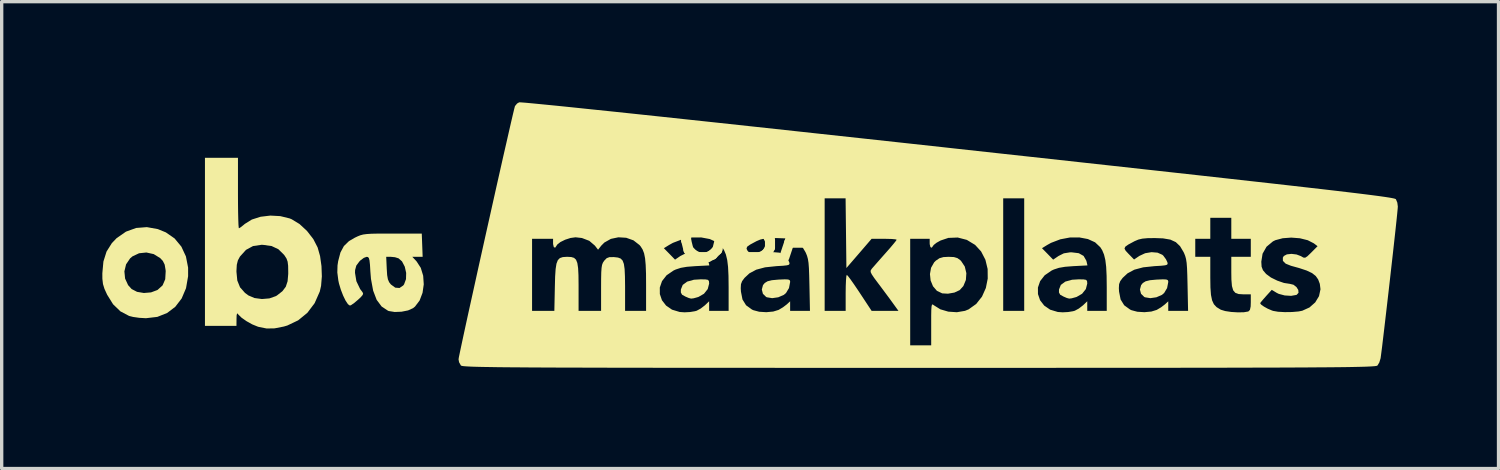
<source format=kicad_pcb>
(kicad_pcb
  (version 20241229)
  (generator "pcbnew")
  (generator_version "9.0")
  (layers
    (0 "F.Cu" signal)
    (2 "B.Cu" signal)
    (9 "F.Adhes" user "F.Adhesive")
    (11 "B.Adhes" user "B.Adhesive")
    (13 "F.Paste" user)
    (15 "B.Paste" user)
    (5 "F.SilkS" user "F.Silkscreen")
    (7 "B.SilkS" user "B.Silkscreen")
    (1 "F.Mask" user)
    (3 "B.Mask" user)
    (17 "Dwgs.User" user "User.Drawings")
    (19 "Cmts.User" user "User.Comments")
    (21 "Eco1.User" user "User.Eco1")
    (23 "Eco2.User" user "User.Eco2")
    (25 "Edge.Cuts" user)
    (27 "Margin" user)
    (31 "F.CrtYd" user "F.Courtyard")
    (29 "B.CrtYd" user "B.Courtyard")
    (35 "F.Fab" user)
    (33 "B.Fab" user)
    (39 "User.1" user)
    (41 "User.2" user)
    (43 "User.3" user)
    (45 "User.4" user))
  (footprint "OBA"
    (layer "F.Cu")
    (at 19.291 3.933)
    (property "Reference" "OBA" (at 0 0 0) (layer "F.SilkS") (effects (font (size 1.5 1.5) (thickness 0.3))))
    (attr board_only exclude_from_pos_files exclude_from_bom)
    (fp_poly (pts (xy -1.32 1.344) (xy -1.243 1.357) (xy -1.213 1.393) (xy -1.207 1.462) (xy -1.207 1.47) (xy -1.249 1.632) (xy -1.361 1.772) (xy -1.524 1.866) (xy -1.556 1.876) (xy -1.673 1.908) (xy -1.745 1.916) (xy -1.815 1.898) (xy -1.915 1.855) (xy -2.014 1.8) (xy -2.05 1.733) (xy -2.049 1.644) (xy -1.994 1.508) (xy -1.862 1.41) (xy -1.66 1.354) (xy -1.465 1.342)) (stroke (width 0) (type solid)) (fill yes) (layer "F.SilkS"))
    (fp_poly (pts (xy 1.145 1.346) (xy 1.192 1.364) (xy 1.207 1.402) (xy 1.207 1.423) (xy 1.173 1.601) (xy 1.084 1.75) (xy 1.019 1.805) (xy 0.853 1.877) (xy 0.672 1.903) (xy 0.515 1.877) (xy 0.492 1.867) (xy 0.396 1.773) (xy 0.363 1.646) (xy 0.398 1.515) (xy 0.449 1.452) (xy 0.533 1.4) (xy 0.662 1.368) (xy 0.856 1.35) (xy 0.876 1.349) (xy 1.046 1.342)) (stroke (width 0) (type solid)) (fill yes) (layer "F.SilkS"))
    (fp_poly (pts (xy 9.949 1.344) (xy 10.026 1.357) (xy 10.056 1.393) (xy 10.062 1.462) (xy 10.062 1.47) (xy 10.02 1.632) (xy 9.908 1.772) (xy 9.746 1.866) (xy 9.713 1.876) (xy 9.596 1.908) (xy 9.524 1.916) (xy 9.454 1.898) (xy 9.354 1.855) (xy 9.255 1.8) (xy 9.219 1.733) (xy 9.22 1.644) (xy 9.275 1.508) (xy 9.407 1.41) (xy 9.61 1.354) (xy 9.804 1.342)) (stroke (width 0) (type solid)) (fill yes) (layer "F.SilkS"))
    (fp_poly (pts (xy 12.414 1.346) (xy 12.461 1.364) (xy 12.476 1.402) (xy 12.476 1.423) (xy 12.442 1.601) (xy 12.353 1.75) (xy 12.288 1.805) (xy 12.122 1.877) (xy 11.941 1.903) (xy 11.784 1.877) (xy 11.761 1.867) (xy 11.665 1.773) (xy 11.632 1.646) (xy 11.667 1.515) (xy 11.718 1.452) (xy 11.802 1.4) (xy 11.931 1.368) (xy 12.125 1.35) (xy 12.145 1.349) (xy 12.315 1.342)) (stroke (width 0) (type solid)) (fill yes) (layer "F.SilkS"))
    (fp_poly (pts (xy 6.088 0.678) (xy 6.192 0.709) (xy 6.281 0.774) (xy 6.302 0.795) (xy 6.412 0.961) (xy 6.459 1.158) (xy 6.445 1.36) (xy 6.37 1.542) (xy 6.26 1.663) (xy 6.104 1.736) (xy 5.91 1.77) (xy 5.739 1.76) (xy 5.581 1.684) (xy 5.465 1.549) (xy 5.394 1.376) (xy 5.374 1.185) (xy 5.407 0.998) (xy 5.499 0.836) (xy 5.55 0.785) (xy 5.657 0.713) (xy 5.776 0.679) (xy 5.932 0.671)) (stroke (width 0) (type solid)) (fill yes) (layer "F.SilkS"))
    (fp_poly (pts (xy -17.637 -0.155) (xy -17.399 -0.058) (xy -17.137 0.124) (xy -16.936 0.367) (xy -16.8 0.659) (xy -16.735 0.993) (xy -16.735 1.249) (xy -16.797 1.606) (xy -16.927 1.912) (xy -17.117 2.16) (xy -17.36 2.345) (xy -17.652 2.461) (xy -17.986 2.5) (xy -17.999 2.5) (xy -18.19 2.489) (xy -18.373 2.463) (xy -18.493 2.433) (xy -18.753 2.296) (xy -18.971 2.085) (xy -19.148 1.8) (xy -19.228 1.625) (xy -19.272 1.482) (xy -19.29 1.326) (xy -19.291 1.165) (xy -19.286 1.105) (xy -18.634 1.105) (xy -18.613 1.319) (xy -18.523 1.515) (xy -18.418 1.631) (xy -18.256 1.715) (xy -18.053 1.749) (xy -17.84 1.731) (xy -17.652 1.661) (xy -17.641 1.654) (xy -17.495 1.521) (xy -17.417 1.34) (xy -17.403 1.102) (xy -17.406 1.064) (xy -17.433 0.904) (xy -17.488 0.793) (xy -17.567 0.709) (xy -17.76 0.59) (xy -17.978 0.542) (xy -18.197 0.565) (xy -18.394 0.658) (xy -18.463 0.717) (xy -18.584 0.896) (xy -18.634 1.105) (xy -19.286 1.105) (xy -19.259 0.811) (xy -19.166 0.515) (xy -19.007 0.262) (xy -18.864 0.113) (xy -18.587 -0.079) (xy -18.284 -0.189) (xy -17.964 -0.214)) (stroke (width 0) (type solid)) (fill yes) (layer "F.SilkS"))
    (fp_poly (pts (xy -15.249 -1.23) (xy -15.248 -0.934) (xy -15.245 -0.67) (xy -15.24 -0.451) (xy -15.234 -0.289) (xy -15.226 -0.196) (xy -15.221 -0.179) (xy -15.174 -0.206) (xy -15.087 -0.274) (xy -15.043 -0.311) (xy -14.836 -0.44) (xy -14.575 -0.523) (xy -14.284 -0.558) (xy -13.988 -0.542) (xy -13.71 -0.474) (xy -13.649 -0.449) (xy -13.415 -0.307) (xy -13.193 -0.102) (xy -13.003 0.143) (xy -12.875 0.391) (xy -12.802 0.649) (xy -12.76 0.948) (xy -12.749 1.254) (xy -12.772 1.536) (xy -12.811 1.706) (xy -12.964 2.052) (xy -13.181 2.34) (xy -13.455 2.564) (xy -13.778 2.718) (xy -13.883 2.749) (xy -14.158 2.803) (xy -14.394 2.807) (xy -14.626 2.761) (xy -14.66 2.751) (xy -14.824 2.684) (xy -14.994 2.589) (xy -15.142 2.485) (xy -15.239 2.39) (xy -15.25 2.374) (xy -15.275 2.356) (xy -15.289 2.416) (xy -15.292 2.515) (xy -15.294 2.728) (xy -15.763 2.728) (xy -16.233 2.728) (xy -16.233 1.118) (xy -15.294 1.118) (xy -15.269 1.377) (xy -15.187 1.58) (xy -15.039 1.747) (xy -14.939 1.821) (xy -14.757 1.899) (xy -14.535 1.929) (xy -14.311 1.91) (xy -14.119 1.842) (xy -14.086 1.822) (xy -13.925 1.696) (xy -13.824 1.563) (xy -13.77 1.4) (xy -13.751 1.181) (xy -13.751 1.122) (xy -13.754 0.939) (xy -13.769 0.815) (xy -13.803 0.721) (xy -13.863 0.628) (xy -13.88 0.607) (xy -14.045 0.444) (xy -14.248 0.349) (xy -14.506 0.314) (xy -14.548 0.313) (xy -14.8 0.35) (xy -15.01 0.464) (xy -15.187 0.66) (xy -15.192 0.667) (xy -15.252 0.779) (xy -15.284 0.909) (xy -15.294 1.089) (xy -15.294 1.118) (xy -16.233 1.118) (xy -16.233 0.224) (xy -16.233 -2.281) (xy -15.741 -2.281) (xy -15.249 -2.281)) (stroke (width 0) (type solid)) (fill yes) (layer "F.SilkS"))
    (fp_poly (pts (xy -9.758 0.324) (xy -9.745 0.671) (xy -9.899 0.671) (xy -10.053 0.671) (xy -9.929 0.803) (xy -9.801 0.999) (xy -9.729 1.235) (xy -9.712 1.491) (xy -9.748 1.743) (xy -9.835 1.972) (xy -9.973 2.154) (xy -10.031 2.201) (xy -10.179 2.268) (xy -10.375 2.307) (xy -10.578 2.315) (xy -10.751 2.287) (xy -10.777 2.278) (xy -10.967 2.152) (xy -11.115 1.954) (xy -11.22 1.68) (xy -11.285 1.329) (xy -11.303 1.107) (xy -11.315 0.906) (xy -11.329 0.778) (xy -11.348 0.707) (xy -11.377 0.677) (xy -11.414 0.671) (xy -10.831 0.671) (xy -10.815 1.025) (xy -10.803 1.215) (xy -10.781 1.34) (xy -10.744 1.427) (xy -10.691 1.495) (xy -10.561 1.59) (xy -10.435 1.6) (xy -10.325 1.526) (xy -10.299 1.492) (xy -10.241 1.336) (xy -10.236 1.15) (xy -10.278 0.964) (xy -10.36 0.807) (xy -10.462 0.717) (xy -10.569 0.683) (xy -10.689 0.671) (xy -10.831 0.671) (xy -11.414 0.671) (xy -11.498 0.702) (xy -11.601 0.779) (xy -11.631 0.81) (xy -11.722 0.932) (xy -11.758 1.065) (xy -11.761 1.147) (xy -11.72 1.398) (xy -11.608 1.632) (xy -11.55 1.707) (xy -11.52 1.756) (xy -11.531 1.806) (xy -11.594 1.879) (xy -11.674 1.953) (xy -11.786 2.047) (xy -11.875 2.109) (xy -11.913 2.124) (xy -11.97 2.084) (xy -12.041 1.978) (xy -12.115 1.826) (xy -12.184 1.648) (xy -12.239 1.464) (xy -12.258 1.373) (xy -12.288 1.137) (xy -12.282 0.928) (xy -12.263 0.801) (xy -12.195 0.542) (xy -12.092 0.35) (xy -11.941 0.203) (xy -11.77 0.103) (xy -11.68 0.06) (xy -11.6 0.028) (xy -11.515 0.006) (xy -11.41 -0.008) (xy -11.27 -0.017) (xy -11.079 -0.021) (xy -10.822 -0.022) (xy -10.643 -0.022) (xy -9.771 -0.022)) (stroke (width 0) (type solid)) (fill yes) (layer "F.SilkS"))
    (fp_poly (pts (xy -6.816 -3.932) (xy -6.675 -3.921) (xy -6.45 -3.9) (xy -6.142 -3.87) (xy -5.753 -3.832) (xy -5.285 -3.784) (xy -4.741 -3.727) (xy -4.122 -3.663) (xy -3.43 -3.59) (xy -2.667 -3.509) (xy -1.836 -3.42) (xy -0.938 -3.324) (xy 0.025 -3.22) (xy 1.05 -3.109) (xy 2.136 -2.991) (xy 3.28 -2.867) (xy 4.481 -2.736) (xy 5.737 -2.599) (xy 6.214 -2.546) (xy 7.502 -2.405) (xy 8.703 -2.274) (xy 9.821 -2.151) (xy 10.859 -2.037) (xy 11.82 -1.931) (xy 12.707 -1.833) (xy 13.521 -1.743) (xy 14.267 -1.66) (xy 14.948 -1.584) (xy 15.565 -1.515) (xy 16.123 -1.452) (xy 16.623 -1.395) (xy 17.07 -1.344) (xy 17.465 -1.298) (xy 17.812 -1.257) (xy 18.113 -1.221) (xy 18.372 -1.189) (xy 18.591 -1.161) (xy 18.773 -1.137) (xy 18.921 -1.116) (xy 19.039 -1.098) (xy 19.128 -1.083) (xy 19.192 -1.07) (xy 19.234 -1.059) (xy 19.256 -1.049) (xy 19.261 -1.045) (xy 19.303 -0.944) (xy 19.318 -0.827) (xy 19.313 -0.758) (xy 19.299 -0.612) (xy 19.277 -0.398) (xy 19.248 -0.127) (xy 19.213 0.19) (xy 19.174 0.542) (xy 19.131 0.92) (xy 19.087 1.311) (xy 19.042 1.706) (xy 18.997 2.094) (xy 18.954 2.464) (xy 18.914 2.805) (xy 18.878 3.108) (xy 18.848 3.36) (xy 18.823 3.553) (xy 18.807 3.674) (xy 18.803 3.699) (xy 18.765 3.822) (xy 18.71 3.911) (xy 18.697 3.918) (xy 18.669 3.924) (xy 18.624 3.93) (xy 18.558 3.935) (xy 18.47 3.94) (xy 18.355 3.945) (xy 18.211 3.949) (xy 18.035 3.953) (xy 17.825 3.957) (xy 17.576 3.96) (xy 17.287 3.963) (xy 16.954 3.965) (xy 16.575 3.968) (xy 16.147 3.97) (xy 15.666 3.972) (xy 15.13 3.973) (xy 14.536 3.975) (xy 13.881 3.976) (xy 13.162 3.977) (xy 12.376 3.978) (xy 11.521 3.978) (xy 10.592 3.979) (xy 9.589 3.979) (xy 8.507 3.98) (xy 7.343 3.98) (xy 6.095 3.98) (xy 5.053 3.98) (xy 3.739 3.98) (xy 2.512 3.98) (xy 1.368 3.98) (xy 0.305 3.979) (xy -0.68 3.979) (xy -1.591 3.978) (xy -2.429 3.978) (xy -3.199 3.977) (xy -3.903 3.976) (xy -4.543 3.975) (xy -5.123 3.973) (xy -5.646 3.972) (xy -6.115 3.97) (xy -6.532 3.968) (xy -6.901 3.965) (xy -7.224 3.963) (xy -7.504 3.96) (xy -7.745 3.956) (xy -7.949 3.953) (xy -8.119 3.949) (xy -8.257 3.945) (xy -8.368 3.94) (xy -8.454 3.935) (xy -8.517 3.93) (xy -8.562 3.924) (xy -8.59 3.917) (xy -8.604 3.911) (xy -8.605 3.91) (xy -8.66 3.811) (xy -8.675 3.726) (xy -8.666 3.668) (xy -8.638 3.532) (xy -8.594 3.324) (xy -8.536 3.052) (xy -8.465 2.724) (xy -8.383 2.348) (xy -8.291 1.932) (xy -8.192 1.484) (xy -8.088 1.011) (xy -7.979 0.521) (xy -7.893 0.134) (xy -6.484 0.134) (xy -6.484 1.207) (xy -6.484 2.281) (xy -6.152 2.281) (xy -5.82 2.281) (xy -5.805 1.57) (xy -5.797 1.264) (xy -5.782 1.037) (xy -5.757 0.876) (xy -5.716 0.77) (xy -5.655 0.708) (xy -5.568 0.679) (xy -5.452 0.671) (xy -5.429 0.671) (xy -5.317 0.677) (xy -5.233 0.702) (xy -5.174 0.757) (xy -5.135 0.855) (xy -5.112 1.005) (xy -5.101 1.22) (xy -5.098 1.512) (xy -5.098 1.575) (xy -5.098 2.281) (xy -4.763 2.281) (xy -4.427 2.281) (xy -4.427 1.594) (xy -4.426 1.328) (xy -4.422 1.137) (xy -4.413 1.003) (xy -4.398 0.912) (xy -4.374 0.848) (xy -4.339 0.795) (xy -4.333 0.786) (xy -4.26 0.711) (xy -4.177 0.68) (xy -4.045 0.679) (xy -4.032 0.68) (xy -3.923 0.693) (xy -3.843 0.723) (xy -3.786 0.782) (xy -3.748 0.883) (xy -3.726 1.035) (xy -3.716 1.252) (xy -3.712 1.545) (xy -3.712 1.599) (xy -3.712 2.281) (xy -3.399 2.281) (xy -3.086 2.281) (xy -3.086 1.586) (xy -2.677 1.586) (xy -2.676 1.781) (xy -2.613 1.965) (xy -2.49 2.124) (xy -2.313 2.246) (xy -2.084 2.315) (xy -1.938 2.325) (xy -1.775 2.316) (xy -1.63 2.292) (xy -1.579 2.278) (xy -1.459 2.213) (xy -1.338 2.12) (xy -1.33 2.113) (xy -1.207 1.996) (xy -1.207 2.138) (xy -1.207 2.281) (xy -0.917 2.281) (xy -0.626 2.281) (xy -0.626 1.606) (xy -0.265 1.606) (xy -0.259 1.708) (xy -0.213 1.942) (xy -0.106 2.115) (xy 0.069 2.242) (xy 0.112 2.262) (xy 0.285 2.308) (xy 0.496 2.321) (xy 0.703 2.302) (xy 0.863 2.253) (xy 0.994 2.175) (xy 1.107 2.089) (xy 1.207 1.997) (xy 1.207 2.139) (xy 1.207 2.281) (xy 1.502 2.281) (xy 1.798 2.281) (xy 1.782 1.509) (xy 1.775 1.222) (xy 1.767 1.009) (xy 1.755 0.852) (xy 1.737 0.736) (xy 1.712 0.644) (xy 1.696 0.604) (xy 2.236 0.604) (xy 2.236 2.281) (xy 2.549 2.281) (xy 2.862 2.281) (xy 2.862 1.744) (xy 2.865 1.537) (xy 2.872 1.367) (xy 2.882 1.252) (xy 2.895 1.208) (xy 2.896 1.208) (xy 2.931 1.244) (xy 3.005 1.341) (xy 3.108 1.487) (xy 3.231 1.668) (xy 3.282 1.745) (xy 3.635 2.281) (xy 4.035 2.281) (xy 4.435 2.281) (xy 4.265 2.046) (xy 4.159 1.9) (xy 4.022 1.716) (xy 3.88 1.525) (xy 3.832 1.462) (xy 3.712 1.301) (xy 3.64 1.194) (xy 3.607 1.125) (xy 3.608 1.077) (xy 3.636 1.033) (xy 3.651 1.014) (xy 3.715 0.941) (xy 3.821 0.82) (xy 3.954 0.669) (xy 4.058 0.552) (xy 4.189 0.403) (xy 4.295 0.277) (xy 4.363 0.192) (xy 4.382 0.161) (xy 4.341 0.149) (xy 4.231 0.139) (xy 4.073 0.135) (xy 4.009 0.134) (xy 4.785 0.134) (xy 4.785 1.722) (xy 4.785 3.309) (xy 5.098 3.309) (xy 5.411 3.309) (xy 5.411 2.676) (xy 5.411 2.428) (xy 5.414 2.257) (xy 5.421 2.152) (xy 5.434 2.1) (xy 5.453 2.089) (xy 5.482 2.108) (xy 5.491 2.115) (xy 5.683 2.235) (xy 5.921 2.305) (xy 6.176 2.322) (xy 6.418 2.281) (xy 6.526 2.237) (xy 6.753 2.075) (xy 6.925 1.857) (xy 7.04 1.6) (xy 7.096 1.32) (xy 7.093 1.034) (xy 7.027 0.759) (xy 6.947 0.604) (xy 7.557 0.604) (xy 7.557 2.281) (xy 7.87 2.281) (xy 8.183 2.281) (xy 8.183 1.586) (xy 8.592 1.586) (xy 8.593 1.781) (xy 8.656 1.965) (xy 8.779 2.124) (xy 8.956 2.246) (xy 9.185 2.315) (xy 9.331 2.325) (xy 9.494 2.316) (xy 9.639 2.292) (xy 9.69 2.278) (xy 9.81 2.213) (xy 9.931 2.12) (xy 9.939 2.113) (xy 10.062 1.996) (xy 10.062 2.138) (xy 10.062 2.281) (xy 10.352 2.281) (xy 10.643 2.281) (xy 10.643 1.606) (xy 11.004 1.606) (xy 11.01 1.708) (xy 11.056 1.942) (xy 11.163 2.115) (xy 11.338 2.242) (xy 11.381 2.262) (xy 11.554 2.308) (xy 11.765 2.321) (xy 11.972 2.302) (xy 12.132 2.253) (xy 12.263 2.175) (xy 12.376 2.089) (xy 12.476 1.997) (xy 12.476 2.139) (xy 12.476 2.281) (xy 12.772 2.281) (xy 13.067 2.281) (xy 13.051 1.509) (xy 13.044 1.222) (xy 13.036 1.009) (xy 13.024 0.852) (xy 13.006 0.736) (xy 12.981 0.644) (xy 12.947 0.559) (xy 12.931 0.527) (xy 12.827 0.353) (xy 12.701 0.233) (xy 12.538 0.158) (xy 12.397 0.134) (xy 13.281 0.134) (xy 13.281 0.402) (xy 13.281 0.671) (xy 13.505 0.671) (xy 13.729 0.671) (xy 13.729 1.286) (xy 13.733 1.583) (xy 13.749 1.805) (xy 13.782 1.967) (xy 13.836 2.084) (xy 13.916 2.17) (xy 14.028 2.239) (xy 14.047 2.249) (xy 14.173 2.287) (xy 14.352 2.314) (xy 14.548 2.326) (xy 14.728 2.323) (xy 14.858 2.301) (xy 14.865 2.298) (xy 14.91 2.253) (xy 14.932 2.15) (xy 14.935 2.053) (xy 15.215 2.053) (xy 15.242 2.093) (xy 15.326 2.153) (xy 15.441 2.217) (xy 15.563 2.269) (xy 15.6 2.282) (xy 15.748 2.308) (xy 15.949 2.319) (xy 16.166 2.316) (xy 16.362 2.299) (xy 16.469 2.278) (xy 16.685 2.18) (xy 16.856 2.029) (xy 16.969 1.843) (xy 17.013 1.638) (xy 16.993 1.477) (xy 16.944 1.346) (xy 16.871 1.242) (xy 16.762 1.156) (xy 16.602 1.08) (xy 16.379 1.006) (xy 16.133 0.938) (xy 15.976 0.875) (xy 15.893 0.792) (xy 15.891 0.696) (xy 15.921 0.646) (xy 16.011 0.598) (xy 16.148 0.583) (xy 16.299 0.601) (xy 16.429 0.65) (xy 16.439 0.656) (xy 16.505 0.694) (xy 16.558 0.697) (xy 16.622 0.655) (xy 16.721 0.56) (xy 16.739 0.542) (xy 16.926 0.354) (xy 16.814 0.269) (xy 16.633 0.176) (xy 16.399 0.118) (xy 16.141 0.098) (xy 15.888 0.117) (xy 15.669 0.175) (xy 15.596 0.211) (xy 15.405 0.37) (xy 15.287 0.578) (xy 15.249 0.816) (xy 15.258 0.965) (xy 15.298 1.07) (xy 15.387 1.175) (xy 15.397 1.185) (xy 15.537 1.288) (xy 15.726 1.381) (xy 15.926 1.45) (xy 16.097 1.476) (xy 16.208 1.503) (xy 16.297 1.572) (xy 16.351 1.659) (xy 16.358 1.744) (xy 16.303 1.803) (xy 16.296 1.806) (xy 16.137 1.834) (xy 15.947 1.822) (xy 15.769 1.775) (xy 15.707 1.744) (xy 15.561 1.655) (xy 15.394 1.839) (xy 15.3 1.946) (xy 15.234 2.025) (xy 15.215 2.053) (xy 14.935 2.053) (xy 14.936 2.03) (xy 14.936 1.789) (xy 14.715 1.789) (xy 14.574 1.78) (xy 14.475 1.744) (xy 14.411 1.669) (xy 14.374 1.541) (xy 14.358 1.348) (xy 14.355 1.13) (xy 14.355 0.671) (xy 14.645 0.671) (xy 14.936 0.671) (xy 14.936 0.402) (xy 14.936 0.134) (xy 14.645 0.134) (xy 14.355 0.134) (xy 14.355 -0.179) (xy 14.355 -0.492) (xy 14.042 -0.492) (xy 13.729 -0.492) (xy 13.729 -0.179) (xy 13.729 0.134) (xy 13.505 0.134) (xy 13.281 0.134) (xy 12.397 0.134) (xy 12.32 0.121) (xy 12.074 0.112) (xy 11.858 0.115) (xy 11.704 0.129) (xy 11.585 0.157) (xy 11.474 0.204) (xy 11.448 0.218) (xy 11.286 0.305) (xy 11.197 0.368) (xy 11.172 0.424) (xy 11.206 0.489) (xy 11.29 0.58) (xy 11.294 0.584) (xy 11.457 0.751) (xy 11.615 0.644) (xy 11.787 0.564) (xy 11.977 0.532) (xy 12.157 0.547) (xy 12.299 0.61) (xy 12.329 0.637) (xy 12.407 0.743) (xy 12.45 0.832) (xy 12.458 0.877) (xy 12.441 0.906) (xy 12.382 0.924) (xy 12.266 0.937) (xy 12.077 0.948) (xy 12.063 0.949) (xy 11.73 0.984) (xy 11.467 1.054) (xy 11.263 1.163) (xy 11.117 1.299) (xy 11.045 1.396) (xy 11.011 1.486) (xy 11.004 1.606) (xy 10.643 1.606) (xy 10.643 1.576) (xy 10.639 1.236) (xy 10.626 0.97) (xy 10.601 0.765) (xy 10.562 0.604) (xy 10.508 0.475) (xy 10.452 0.386) (xy 10.296 0.239) (xy 10.081 0.141) (xy 9.825 0.093) (xy 9.545 0.095) (xy 9.259 0.149) (xy 8.982 0.255) (xy 8.867 0.319) (xy 8.713 0.414) (xy 8.88 0.584) (xy 9.046 0.755) (xy 9.206 0.646) (xy 9.363 0.567) (xy 9.545 0.538) (xy 9.598 0.537) (xy 9.809 0.563) (xy 9.953 0.644) (xy 10.033 0.783) (xy 10.041 0.81) (xy 10.068 0.927) (xy 9.644 0.949) (xy 9.401 0.968) (xy 9.219 0.999) (xy 9.069 1.048) (xy 9.003 1.078) (xy 8.794 1.221) (xy 8.658 1.395) (xy 8.592 1.586) (xy 8.183 1.586) (xy 8.183 0.604) (xy 8.183 -1.073) (xy 7.87 -1.073) (xy 7.557 -1.073) (xy 7.557 0.604) (xy 6.947 0.604) (xy 6.898 0.51) (xy 6.72 0.316) (xy 6.473 0.166) (xy 6.202 0.096) (xy 5.923 0.107) (xy 5.69 0.185) (xy 5.57 0.252) (xy 5.487 0.317) (xy 5.47 0.341) (xy 5.427 0.4) (xy 5.388 0.381) (xy 5.367 0.294) (xy 5.366 0.268) (xy 5.366 0.134) (xy 5.076 0.134) (xy 4.785 0.134) (xy 4.009 0.134) (xy 3.635 0.134) (xy 3.26 0.57) (xy 2.884 1.005) (xy 2.872 -0.034) (xy 2.86 -1.073) (xy 2.548 -1.073) (xy 2.236 -1.073) (xy 2.236 0.604) (xy 1.696 0.604) (xy 1.678 0.559) (xy 1.662 0.527) (xy 1.558 0.353) (xy 1.432 0.233) (xy 1.269 0.158) (xy 1.051 0.121) (xy 0.805 0.112) (xy 0.589 0.115) (xy 0.435 0.129) (xy 0.316 0.157) (xy 0.205 0.204) (xy 0.179 0.218) (xy 0.017 0.305) (xy -0.072 0.368) (xy -0.097 0.424) (xy -0.063 0.489) (xy 0.021 0.58) (xy 0.025 0.584) (xy 0.188 0.751) (xy 0.346 0.644) (xy 0.518 0.564) (xy 0.708 0.532) (xy 0.888 0.547) (xy 1.03 0.61) (xy 1.06 0.637) (xy 1.138 0.743) (xy 1.181 0.832) (xy 1.189 0.877) (xy 1.172 0.906) (xy 1.113 0.924) (xy 0.997 0.937) (xy 0.808 0.948) (xy 0.794 0.949) (xy 0.461 0.984) (xy 0.198 1.054) (xy -0.006 1.163) (xy -0.152 1.299) (xy -0.224 1.396) (xy -0.258 1.486) (xy -0.265 1.606) (xy -0.626 1.606) (xy -0.626 1.576) (xy -0.63 1.236) (xy -0.643 0.97) (xy -0.668 0.765) (xy -0.707 0.604) (xy -0.761 0.475) (xy -0.817 0.386) (xy -0.973 0.239) (xy -1.188 0.141) (xy -1.444 0.093) (xy -1.724 0.095) (xy -2.01 0.149) (xy -2.287 0.255) (xy -2.402 0.319) (xy -2.556 0.414) (xy -2.389 0.584) (xy -2.223 0.755) (xy -2.063 0.646) (xy -1.906 0.567) (xy -1.724 0.538) (xy -1.672 0.537) (xy -1.46 0.563) (xy -1.316 0.644) (xy -1.236 0.783) (xy -1.228 0.81) (xy -1.201 0.927) (xy -1.625 0.949) (xy -1.868 0.968) (xy -2.05 0.999) (xy -2.2 1.048) (xy -2.266 1.078) (xy -2.475 1.221) (xy -2.611 1.395) (xy -2.677 1.586) (xy -3.086 1.586) (xy -3.086 1.505) (xy -3.088 1.17) (xy -3.098 0.911) (xy -3.116 0.714) (xy -3.146 0.565) (xy -3.19 0.452) (xy -3.249 0.359) (xy -3.282 0.32) (xy -3.462 0.18) (xy -3.679 0.103) (xy -3.911 0.089) (xy -4.135 0.136) (xy -4.329 0.245) (xy -4.42 0.336) (xy -4.517 0.459) (xy -4.613 0.336) (xy -4.779 0.194) (xy -4.999 0.11) (xy -5.188 0.089) (xy -5.337 0.109) (xy -5.498 0.161) (xy -5.64 0.231) (xy -5.735 0.307) (xy -5.753 0.337) (xy -5.796 0.399) (xy -5.836 0.382) (xy -5.857 0.295) (xy -5.858 0.268) (xy -5.858 0.134) (xy -6.171 0.134) (xy -6.484 0.134) (xy -7.893 0.134) (xy -7.868 0.022) (xy -7.756 -0.478) (xy -7.646 -0.971) (xy -7.539 -1.45) (xy -7.436 -1.906) (xy -7.34 -2.332) (xy -7.251 -2.72) (xy -7.173 -3.063) (xy -7.107 -3.351) (xy -7.054 -3.578) (xy -7.016 -3.736) (xy -6.995 -3.816) (xy -6.992 -3.823) (xy -6.93 -3.898) (xy -6.869 -3.933)) (stroke (width 0) (type solid)) (fill yes) (layer "F.SilkS")))
  (gr_rect
    (start -3 -3)
    (end 41.61 10.913)
    (stroke (width 0.1) (type default))
    (fill no)
    (layer "Edge.Cuts")))
</source>
